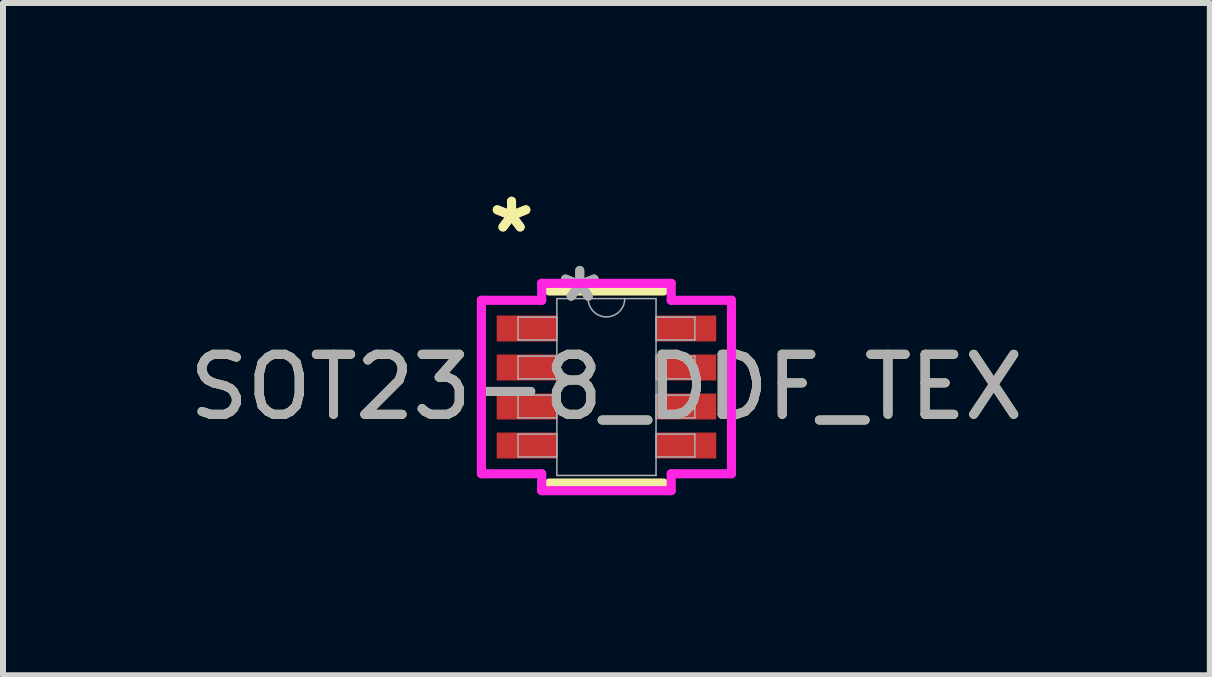
<source format=kicad_pcb>
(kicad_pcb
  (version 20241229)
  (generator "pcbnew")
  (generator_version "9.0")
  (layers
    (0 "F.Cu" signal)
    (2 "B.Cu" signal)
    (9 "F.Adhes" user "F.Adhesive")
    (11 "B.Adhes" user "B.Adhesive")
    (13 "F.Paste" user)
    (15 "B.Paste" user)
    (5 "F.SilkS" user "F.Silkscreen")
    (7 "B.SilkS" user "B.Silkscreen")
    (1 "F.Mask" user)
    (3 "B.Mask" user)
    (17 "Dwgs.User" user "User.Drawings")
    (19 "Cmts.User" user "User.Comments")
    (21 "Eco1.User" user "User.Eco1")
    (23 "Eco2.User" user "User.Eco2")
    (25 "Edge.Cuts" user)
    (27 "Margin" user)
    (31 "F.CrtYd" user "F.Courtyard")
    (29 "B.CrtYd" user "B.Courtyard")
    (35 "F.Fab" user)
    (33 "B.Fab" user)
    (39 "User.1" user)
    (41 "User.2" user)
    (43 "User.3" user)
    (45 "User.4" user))
  (footprint "SOT23-8_DDF_TEX"
    (layer "F.Cu")
    (at 7.054 3.398)
    (property "Reference" "SOT23-8_DDF_TEX" (at 0 0 0) (unlocked yes) (layer "F.SilkS") (effects (font (size 1 1) (thickness 0.15))))
    (attr smd)
    (fp_line (start -0.953 1.6) (end 0.953 1.6) (stroke (width 0.152) (type solid)) (layer "F.SilkS"))
    (fp_line (start 0.953 -1.6) (end -0.953 -1.6) (stroke (width 0.152) (type solid)) (layer "F.SilkS"))
    (fp_line (start -2.083 -1.445) (end -1.079 -1.445) (stroke (width 0.152) (type solid)) (layer "F.CrtYd"))
    (fp_line (start -2.083 1.445) (end -2.083 -1.445) (stroke (width 0.152) (type solid)) (layer "F.CrtYd"))
    (fp_line (start -2.083 1.445) (end -1.079 1.445) (stroke (width 0.152) (type solid)) (layer "F.CrtYd"))
    (fp_line (start -1.079 -1.727) (end 1.079 -1.727) (stroke (width 0.152) (type solid)) (layer "F.CrtYd"))
    (fp_line (start -1.079 -1.445) (end -1.079 -1.727) (stroke (width 0.152) (type solid)) (layer "F.CrtYd"))
    (fp_line (start -1.079 1.727) (end -1.079 1.445) (stroke (width 0.152) (type solid)) (layer "F.CrtYd"))
    (fp_line (start 1.079 -1.727) (end 1.079 -1.445) (stroke (width 0.152) (type solid)) (layer "F.CrtYd"))
    (fp_line (start 1.079 1.445) (end 1.079 1.727) (stroke (width 0.152) (type solid)) (layer "F.CrtYd"))
    (fp_line (start 1.079 1.727) (end -1.079 1.727) (stroke (width 0.152) (type solid)) (layer "F.CrtYd"))
    (fp_line (start 2.083 -1.445) (end 1.079 -1.445) (stroke (width 0.152) (type solid)) (layer "F.CrtYd"))
    (fp_line (start 2.083 -1.445) (end 2.083 1.445) (stroke (width 0.152) (type solid)) (layer "F.CrtYd"))
    (fp_line (start 2.083 1.445) (end 1.079 1.445) (stroke (width 0.152) (type solid)) (layer "F.CrtYd"))
    (fp_line (start -1.473 -1.165) (end -1.473 -0.784) (stroke (width 0.025) (type solid)) (layer "F.Fab"))
    (fp_line (start -1.473 -0.784) (end -0.826 -0.784) (stroke (width 0.025) (type solid)) (layer "F.Fab"))
    (fp_line (start -1.473 -0.515) (end -1.473 -0.135) (stroke (width 0.025) (type solid)) (layer "F.Fab"))
    (fp_line (start -1.473 -0.135) (end -0.826 -0.135) (stroke (width 0.025) (type solid)) (layer "F.Fab"))
    (fp_line (start -1.473 0.135) (end -1.473 0.515) (stroke (width 0.025) (type solid)) (layer "F.Fab"))
    (fp_line (start -1.473 0.515) (end -0.826 0.515) (stroke (width 0.025) (type solid)) (layer "F.Fab"))
    (fp_line (start -1.473 0.784) (end -1.473 1.165) (stroke (width 0.025) (type solid)) (layer "F.Fab"))
    (fp_line (start -1.473 1.165) (end -0.826 1.165) (stroke (width 0.025) (type solid)) (layer "F.Fab"))
    (fp_line (start -0.826 -1.473) (end -0.826 1.473) (stroke (width 0.025) (type solid)) (layer "F.Fab"))
    (fp_line (start -0.826 -1.165) (end -1.473 -1.165) (stroke (width 0.025) (type solid)) (layer "F.Fab"))
    (fp_line (start -0.826 -0.784) (end -0.826 -1.165) (stroke (width 0.025) (type solid)) (layer "F.Fab"))
    (fp_line (start -0.826 -0.515) (end -1.473 -0.515) (stroke (width 0.025) (type solid)) (layer "F.Fab"))
    (fp_line (start -0.826 -0.135) (end -0.826 -0.515) (stroke (width 0.025) (type solid)) (layer "F.Fab"))
    (fp_line (start -0.826 0.135) (end -1.473 0.135) (stroke (width 0.025) (type solid)) (layer "F.Fab"))
    (fp_line (start -0.826 0.515) (end -0.826 0.135) (stroke (width 0.025) (type solid)) (layer "F.Fab"))
    (fp_line (start -0.826 0.784) (end -1.473 0.784) (stroke (width 0.025) (type solid)) (layer "F.Fab"))
    (fp_line (start -0.826 1.165) (end -0.826 0.784) (stroke (width 0.025) (type solid)) (layer "F.Fab"))
    (fp_line (start -0.826 1.473) (end 0.826 1.473) (stroke (width 0.025) (type solid)) (layer "F.Fab"))
    (fp_line (start 0.826 -1.473) (end -0.826 -1.473) (stroke (width 0.025) (type solid)) (layer "F.Fab"))
    (fp_line (start 0.826 -1.165) (end 0.826 -0.784) (stroke (width 0.025) (type solid)) (layer "F.Fab"))
    (fp_line (start 0.826 -0.784) (end 1.473 -0.784) (stroke (width 0.025) (type solid)) (layer "F.Fab"))
    (fp_line (start 0.826 -0.515) (end 0.826 -0.135) (stroke (width 0.025) (type solid)) (layer "F.Fab"))
    (fp_line (start 0.826 -0.135) (end 1.473 -0.135) (stroke (width 0.025) (type solid)) (layer "F.Fab"))
    (fp_line (start 0.826 0.135) (end 0.826 0.515) (stroke (width 0.025) (type solid)) (layer "F.Fab"))
    (fp_line (start 0.826 0.515) (end 1.473 0.515) (stroke (width 0.025) (type solid)) (layer "F.Fab"))
    (fp_line (start 0.826 0.784) (end 0.826 1.165) (stroke (width 0.025) (type solid)) (layer "F.Fab"))
    (fp_line (start 0.826 1.165) (end 1.473 1.165) (stroke (width 0.025) (type solid)) (layer "F.Fab"))
    (fp_line (start 0.826 1.473) (end 0.826 -1.473) (stroke (width 0.025) (type solid)) (layer "F.Fab"))
    (fp_line (start 1.473 -1.165) (end 0.826 -1.165) (stroke (width 0.025) (type solid)) (layer "F.Fab"))
    (fp_line (start 1.473 -0.784) (end 1.473 -1.165) (stroke (width 0.025) (type solid)) (layer "F.Fab"))
    (fp_line (start 1.473 -0.515) (end 0.826 -0.515) (stroke (width 0.025) (type solid)) (layer "F.Fab"))
    (fp_line (start 1.473 -0.135) (end 1.473 -0.515) (stroke (width 0.025) (type solid)) (layer "F.Fab"))
    (fp_line (start 1.473 0.135) (end 0.826 0.135) (stroke (width 0.025) (type solid)) (layer "F.Fab"))
    (fp_line (start 1.473 0.515) (end 1.473 0.135) (stroke (width 0.025) (type solid)) (layer "F.Fab"))
    (fp_line (start 1.473 0.784) (end 0.826 0.784) (stroke (width 0.025) (type solid)) (layer "F.Fab"))
    (fp_line (start 1.473 1.165) (end 1.473 0.784) (stroke (width 0.025) (type solid)) (layer "F.Fab"))
    (fp_arc (start 0.3048 -1.4732) (mid 0 -1.1684) (end -0.3048 -1.4732) (stroke (width 0.0254) (type solid)) (layer "F.Fab"))
    (fp_text user "*" (at -1.581 -2.55 0) (layer "F.SilkS") (effects (font (size 1 1) (thickness 0.15))))
    (fp_text user "*" (at -1.581 -2.55 0) (unlocked yes) (layer "F.SilkS") (effects (font (size 1 1) (thickness 0.15))))
    (fp_text user "*" (at -0.445 -1.397 0) (layer "F.Fab") (effects (font (size 1 1) (thickness 0.15))))
    (fp_text user "*" (at -0.445 -1.397 0) (unlocked yes) (layer "F.Fab") (effects (font (size 1 1) (thickness 0.15))))
    (fp_text user "${REFERENCE}" (at 0 0 0) (unlocked yes) (layer "F.Fab") (effects (font (size 1 1) (thickness 0.15))))
    (pad "1" smd rect (at -1.327 -0.975) (size 1.003 0.432) (layers "F.Cu" "F.Mask" "F.Paste"))
    (pad "2" smd rect (at -1.327 -0.325) (size 1.003 0.432) (layers "F.Cu" "F.Mask" "F.Paste"))
    (pad "3" smd rect (at -1.327 0.325) (size 1.003 0.432) (layers "F.Cu" "F.Mask" "F.Paste"))
    (pad "4" smd rect (at -1.327 0.975) (size 1.003 0.432) (layers "F.Cu" "F.Mask" "F.Paste"))
    (pad "5" smd rect (at 1.327 0.975) (size 1.003 0.432) (layers "F.Cu" "F.Mask" "F.Paste"))
    (pad "6" smd rect (at 1.327 0.325) (size 1.003 0.432) (layers "F.Cu" "F.Mask" "F.Paste"))
    (pad "7" smd rect (at 1.327 -0.325) (size 1.003 0.432) (layers "F.Cu" "F.Mask" "F.Paste"))
    (pad "8" smd rect (at 1.327 -0.975) (size 1.003 0.432) (layers "F.Cu" "F.Mask" "F.Paste")))
  (gr_rect
    (start -3 -3)
    (end 17.107 8.201)
    (stroke (width 0.1) (type default))
    (fill no)
    (layer "Edge.Cuts")))
</source>
